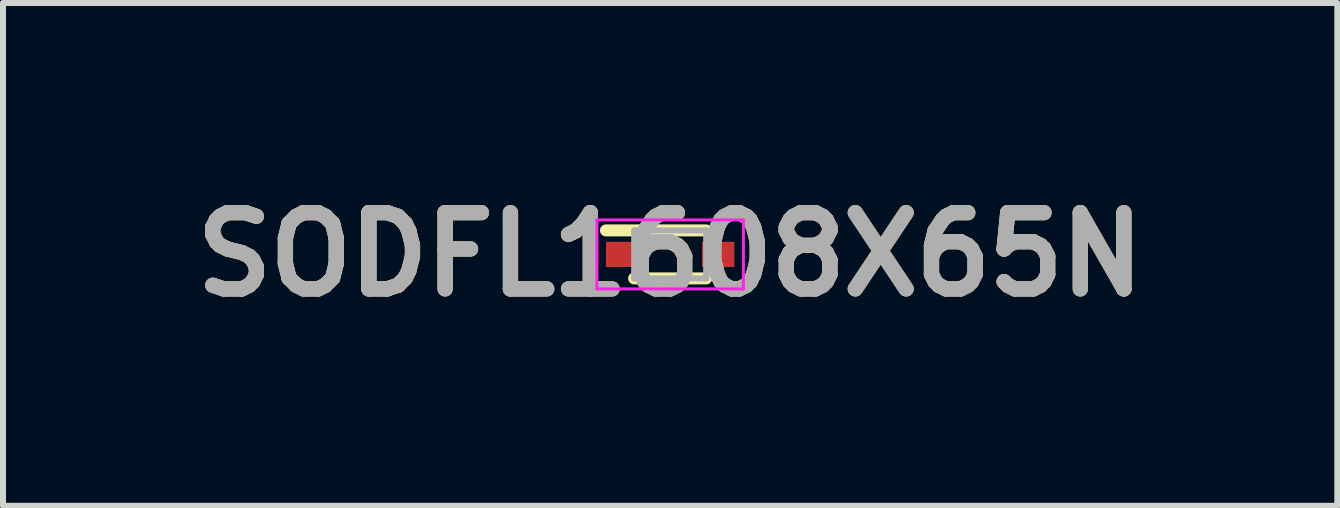
<source format=kicad_pcb>
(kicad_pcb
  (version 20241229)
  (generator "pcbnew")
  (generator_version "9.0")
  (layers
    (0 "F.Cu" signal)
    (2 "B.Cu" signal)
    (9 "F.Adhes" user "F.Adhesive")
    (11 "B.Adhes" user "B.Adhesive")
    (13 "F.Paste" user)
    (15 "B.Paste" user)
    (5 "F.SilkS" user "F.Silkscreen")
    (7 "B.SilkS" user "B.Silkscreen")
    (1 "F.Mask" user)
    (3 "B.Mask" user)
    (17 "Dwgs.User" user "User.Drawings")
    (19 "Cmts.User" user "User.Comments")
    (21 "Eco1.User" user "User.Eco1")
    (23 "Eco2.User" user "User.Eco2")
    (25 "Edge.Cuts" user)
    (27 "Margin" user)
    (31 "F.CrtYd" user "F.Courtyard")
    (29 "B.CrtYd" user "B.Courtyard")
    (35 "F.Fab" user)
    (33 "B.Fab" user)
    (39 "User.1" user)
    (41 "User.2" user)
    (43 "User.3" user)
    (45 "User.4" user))
  (footprint "SODFL1608X65N"
    (layer "F.Cu")
    (at 8.116 1.189)
    (property "Reference" "SODFL1608X65N" (at 0 0 0) (layer "F.SilkS") (effects (font (size 1.27 1.27) (thickness 0.254))))
    (attr smd)
    (fp_line (start -1.07 -0.4) (end 0.6 -0.4) (stroke (width 0.2) (type solid)) (layer "F.SilkS"))
    (fp_line (start -0.6 0.4) (end 0.6 0.4) (stroke (width 0.2) (type solid)) (layer "F.SilkS"))
    (fp_line (start -1.22 -0.575) (end 1.22 -0.575) (stroke (width 0.05) (type solid)) (layer "F.CrtYd"))
    (fp_line (start -1.22 0.575) (end -1.22 -0.575) (stroke (width 0.05) (type solid)) (layer "F.CrtYd"))
    (fp_line (start 1.22 -0.575) (end 1.22 0.575) (stroke (width 0.05) (type solid)) (layer "F.CrtYd"))
    (fp_line (start 1.22 0.575) (end -1.22 0.575) (stroke (width 0.05) (type solid)) (layer "F.CrtYd"))
    (fp_line (start -0.6 -0.4) (end 0.6 -0.4) (stroke (width 0.1) (type solid)) (layer "F.Fab"))
    (fp_line (start -0.6 -0.13) (end -0.33 -0.4) (stroke (width 0.1) (type solid)) (layer "F.Fab"))
    (fp_line (start -0.6 0.4) (end -0.6 -0.4) (stroke (width 0.1) (type solid)) (layer "F.Fab"))
    (fp_line (start 0.6 -0.4) (end 0.6 0.4) (stroke (width 0.1) (type solid)) (layer "F.Fab"))
    (fp_line (start 0.6 0.4) (end -0.6 0.4) (stroke (width 0.1) (type solid)) (layer "F.Fab"))
    (fp_text user "${REFERENCE}" (at 0 0 0) (layer "F.Fab") (effects (font (size 1.27 1.27) (thickness 0.254))))
    (pad "1" smd rect (at -0.8 0 90) (size 0.42 0.54) (layers "F.Cu" "F.Mask" "F.Paste"))
    (pad "2" smd rect (at 0.8 0 90) (size 0.42 0.54) (layers "F.Cu" "F.Mask" "F.Paste")))
  (gr_rect
    (start -3 -3)
    (end 19.232 5.377)
    (stroke (width 0.1) (type default))
    (fill no)
    (layer "Edge.Cuts")))
</source>
